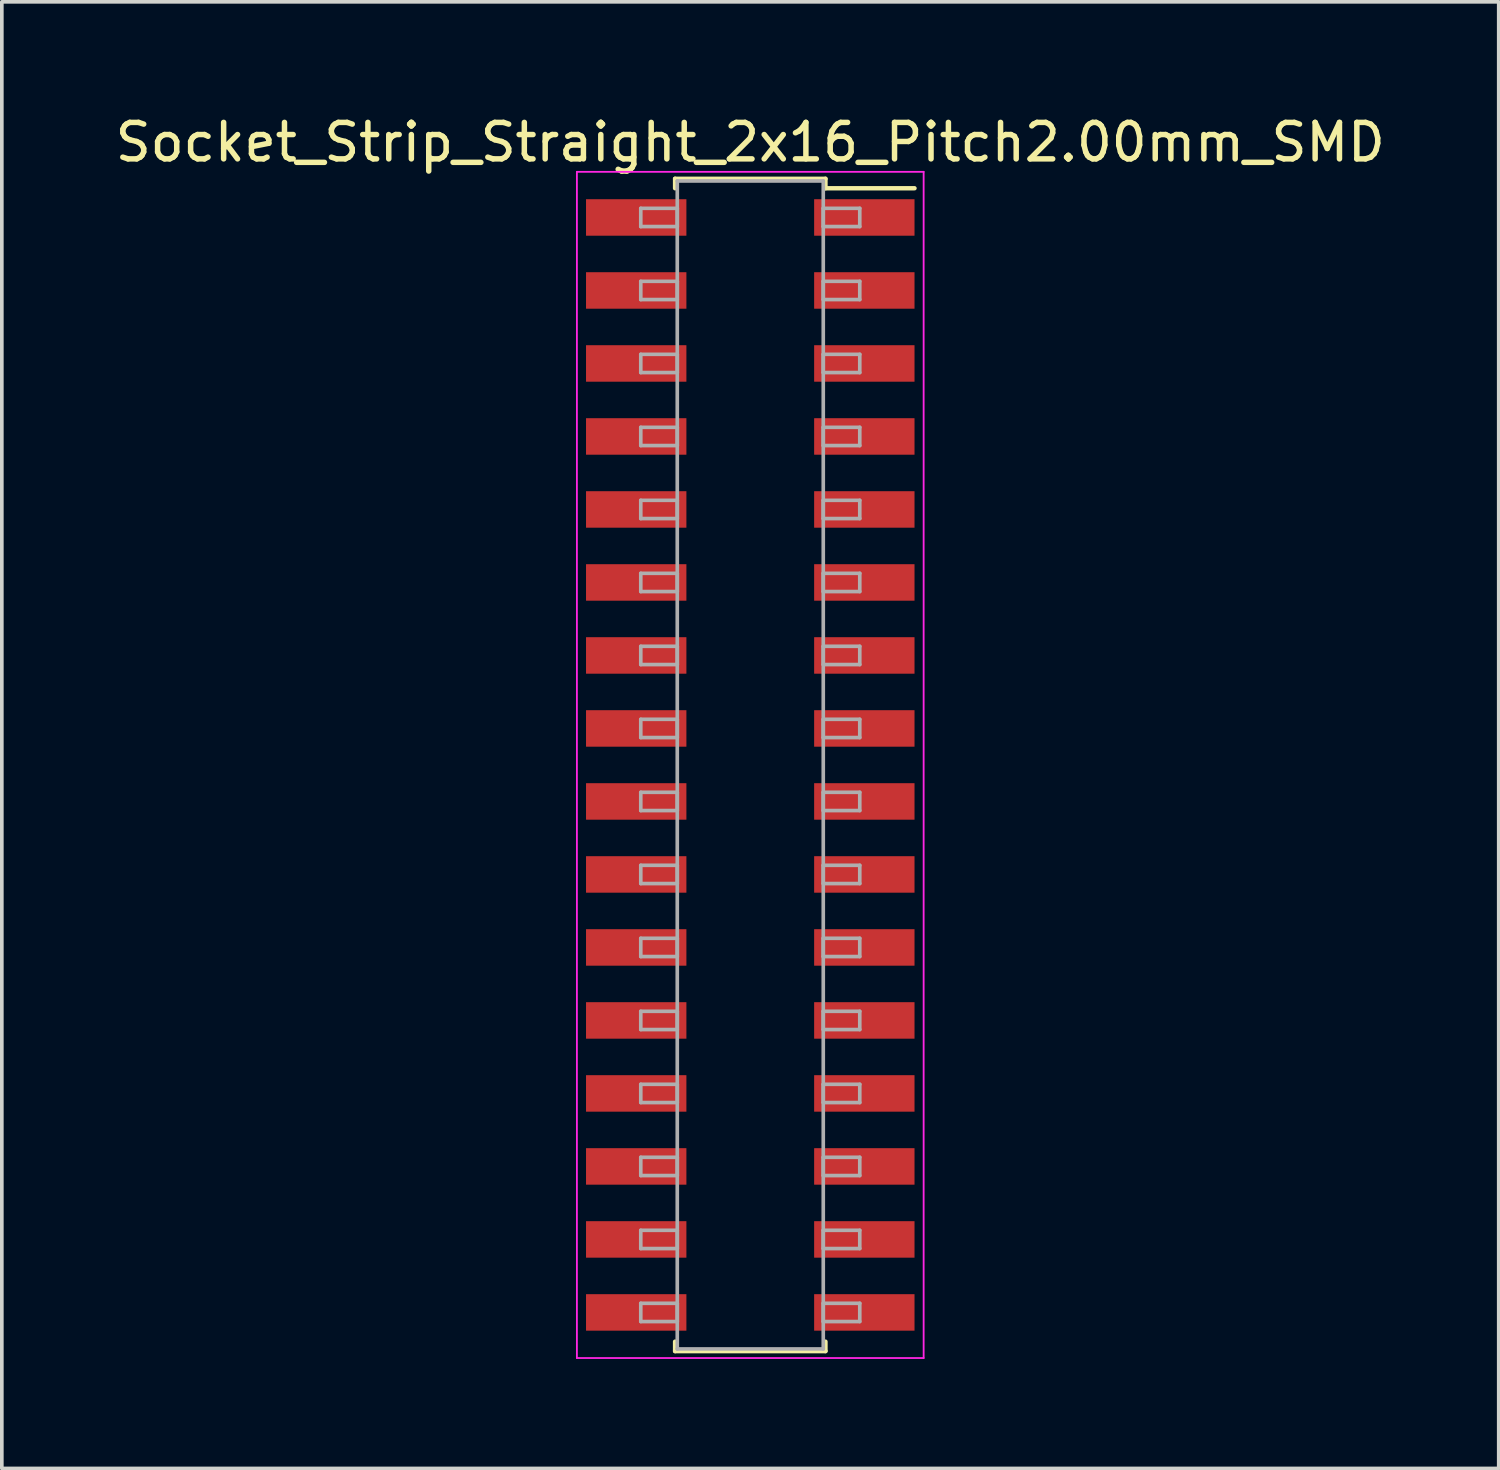
<source format=kicad_pcb>
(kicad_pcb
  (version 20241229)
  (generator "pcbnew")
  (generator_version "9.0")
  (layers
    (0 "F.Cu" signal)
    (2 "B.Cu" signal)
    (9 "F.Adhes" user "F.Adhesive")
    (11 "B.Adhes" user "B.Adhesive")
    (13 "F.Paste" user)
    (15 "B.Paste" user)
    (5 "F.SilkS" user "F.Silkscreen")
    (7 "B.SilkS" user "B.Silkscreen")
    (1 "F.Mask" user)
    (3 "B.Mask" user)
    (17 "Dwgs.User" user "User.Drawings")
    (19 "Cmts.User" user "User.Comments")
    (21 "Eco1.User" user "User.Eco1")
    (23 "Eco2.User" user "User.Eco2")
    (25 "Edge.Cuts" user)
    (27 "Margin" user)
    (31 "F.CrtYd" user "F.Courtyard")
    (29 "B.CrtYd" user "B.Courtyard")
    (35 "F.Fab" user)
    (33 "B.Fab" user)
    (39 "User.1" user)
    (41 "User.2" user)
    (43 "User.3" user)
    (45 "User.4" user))
  (footprint "Socket_Strip_Straight_2x16_Pitch2.00mm_SMD"
    (layer "F.Cu")
    (at 17.506 17.908)
    (property "Reference" "Socket_Strip_Straight_2x16_Pitch2.00mm_SMD" (at 0 -17.06 0) (layer "F.SilkS") (effects (font (size 1 1) (thickness 0.15))))
    (attr smd)
    (fp_line (start -2.06 -16.06) (end 2.06 -16.06) (stroke (width 0.12) (type solid)) (layer "F.SilkS"))
    (fp_line (start -2.06 -15.8) (end -2.06 -16.06) (stroke (width 0.12) (type solid)) (layer "F.SilkS"))
    (fp_line (start -2.06 15.8) (end -2.06 16.06) (stroke (width 0.12) (type solid)) (layer "F.SilkS"))
    (fp_line (start -2.06 16.06) (end 2.06 16.06) (stroke (width 0.12) (type solid)) (layer "F.SilkS"))
    (fp_line (start 2.06 -16.06) (end 2.06 -15.8) (stroke (width 0.12) (type solid)) (layer "F.SilkS"))
    (fp_line (start 2.06 16.06) (end 2.06 15.8) (stroke (width 0.12) (type solid)) (layer "F.SilkS"))
    (fp_line (start 4.5 -15.8) (end 2.06 -15.8) (stroke (width 0.12) (type solid)) (layer "F.SilkS"))
    (fp_line (start -4.75 -16.25) (end -4.75 16.25) (stroke (width 0.05) (type solid)) (layer "F.CrtYd"))
    (fp_line (start -4.75 16.25) (end 4.75 16.25) (stroke (width 0.05) (type solid)) (layer "F.CrtYd"))
    (fp_line (start 4.75 -16.25) (end -4.75 -16.25) (stroke (width 0.05) (type solid)) (layer "F.CrtYd"))
    (fp_line (start 4.75 16.25) (end 4.75 -16.25) (stroke (width 0.05) (type solid)) (layer "F.CrtYd"))
    (fp_line (start -3 -15.25) (end -2 -15.25) (stroke (width 0.1) (type solid)) (layer "F.Fab"))
    (fp_line (start -3 -14.75) (end -3 -15.25) (stroke (width 0.1) (type solid)) (layer "F.Fab"))
    (fp_line (start -3 -13.25) (end -2 -13.25) (stroke (width 0.1) (type solid)) (layer "F.Fab"))
    (fp_line (start -3 -12.75) (end -3 -13.25) (stroke (width 0.1) (type solid)) (layer "F.Fab"))
    (fp_line (start -3 -11.25) (end -2 -11.25) (stroke (width 0.1) (type solid)) (layer "F.Fab"))
    (fp_line (start -3 -10.75) (end -3 -11.25) (stroke (width 0.1) (type solid)) (layer "F.Fab"))
    (fp_line (start -3 -9.25) (end -2 -9.25) (stroke (width 0.1) (type solid)) (layer "F.Fab"))
    (fp_line (start -3 -8.75) (end -3 -9.25) (stroke (width 0.1) (type solid)) (layer "F.Fab"))
    (fp_line (start -3 -7.25) (end -2 -7.25) (stroke (width 0.1) (type solid)) (layer "F.Fab"))
    (fp_line (start -3 -6.75) (end -3 -7.25) (stroke (width 0.1) (type solid)) (layer "F.Fab"))
    (fp_line (start -3 -5.25) (end -2 -5.25) (stroke (width 0.1) (type solid)) (layer "F.Fab"))
    (fp_line (start -3 -4.75) (end -3 -5.25) (stroke (width 0.1) (type solid)) (layer "F.Fab"))
    (fp_line (start -3 -3.25) (end -2 -3.25) (stroke (width 0.1) (type solid)) (layer "F.Fab"))
    (fp_line (start -3 -2.75) (end -3 -3.25) (stroke (width 0.1) (type solid)) (layer "F.Fab"))
    (fp_line (start -3 -1.25) (end -2 -1.25) (stroke (width 0.1) (type solid)) (layer "F.Fab"))
    (fp_line (start -3 -0.75) (end -3 -1.25) (stroke (width 0.1) (type solid)) (layer "F.Fab"))
    (fp_line (start -3 0.75) (end -2 0.75) (stroke (width 0.1) (type solid)) (layer "F.Fab"))
    (fp_line (start -3 1.25) (end -3 0.75) (stroke (width 0.1) (type solid)) (layer "F.Fab"))
    (fp_line (start -3 2.75) (end -2 2.75) (stroke (width 0.1) (type solid)) (layer "F.Fab"))
    (fp_line (start -3 3.25) (end -3 2.75) (stroke (width 0.1) (type solid)) (layer "F.Fab"))
    (fp_line (start -3 4.75) (end -2 4.75) (stroke (width 0.1) (type solid)) (layer "F.Fab"))
    (fp_line (start -3 5.25) (end -3 4.75) (stroke (width 0.1) (type solid)) (layer "F.Fab"))
    (fp_line (start -3 6.75) (end -2 6.75) (stroke (width 0.1) (type solid)) (layer "F.Fab"))
    (fp_line (start -3 7.25) (end -3 6.75) (stroke (width 0.1) (type solid)) (layer "F.Fab"))
    (fp_line (start -3 8.75) (end -2 8.75) (stroke (width 0.1) (type solid)) (layer "F.Fab"))
    (fp_line (start -3 9.25) (end -3 8.75) (stroke (width 0.1) (type solid)) (layer "F.Fab"))
    (fp_line (start -3 10.75) (end -2 10.75) (stroke (width 0.1) (type solid)) (layer "F.Fab"))
    (fp_line (start -3 11.25) (end -3 10.75) (stroke (width 0.1) (type solid)) (layer "F.Fab"))
    (fp_line (start -3 12.75) (end -2 12.75) (stroke (width 0.1) (type solid)) (layer "F.Fab"))
    (fp_line (start -3 13.25) (end -3 12.75) (stroke (width 0.1) (type solid)) (layer "F.Fab"))
    (fp_line (start -3 14.75) (end -2 14.75) (stroke (width 0.1) (type solid)) (layer "F.Fab"))
    (fp_line (start -3 15.25) (end -3 14.75) (stroke (width 0.1) (type solid)) (layer "F.Fab"))
    (fp_line (start -2 -16) (end -2 16) (stroke (width 0.1) (type solid)) (layer "F.Fab"))
    (fp_line (start -2 -15.25) (end -2 -14.75) (stroke (width 0.1) (type solid)) (layer "F.Fab"))
    (fp_line (start -2 -14.75) (end -3 -14.75) (stroke (width 0.1) (type solid)) (layer "F.Fab"))
    (fp_line (start -2 -13.25) (end -2 -12.75) (stroke (width 0.1) (type solid)) (layer "F.Fab"))
    (fp_line (start -2 -12.75) (end -3 -12.75) (stroke (width 0.1) (type solid)) (layer "F.Fab"))
    (fp_line (start -2 -11.25) (end -2 -10.75) (stroke (width 0.1) (type solid)) (layer "F.Fab"))
    (fp_line (start -2 -10.75) (end -3 -10.75) (stroke (width 0.1) (type solid)) (layer "F.Fab"))
    (fp_line (start -2 -9.25) (end -2 -8.75) (stroke (width 0.1) (type solid)) (layer "F.Fab"))
    (fp_line (start -2 -8.75) (end -3 -8.75) (stroke (width 0.1) (type solid)) (layer "F.Fab"))
    (fp_line (start -2 -7.25) (end -2 -6.75) (stroke (width 0.1) (type solid)) (layer "F.Fab"))
    (fp_line (start -2 -6.75) (end -3 -6.75) (stroke (width 0.1) (type solid)) (layer "F.Fab"))
    (fp_line (start -2 -5.25) (end -2 -4.75) (stroke (width 0.1) (type solid)) (layer "F.Fab"))
    (fp_line (start -2 -4.75) (end -3 -4.75) (stroke (width 0.1) (type solid)) (layer "F.Fab"))
    (fp_line (start -2 -3.25) (end -2 -2.75) (stroke (width 0.1) (type solid)) (layer "F.Fab"))
    (fp_line (start -2 -2.75) (end -3 -2.75) (stroke (width 0.1) (type solid)) (layer "F.Fab"))
    (fp_line (start -2 -1.25) (end -2 -0.75) (stroke (width 0.1) (type solid)) (layer "F.Fab"))
    (fp_line (start -2 -0.75) (end -3 -0.75) (stroke (width 0.1) (type solid)) (layer "F.Fab"))
    (fp_line (start -2 0.75) (end -2 1.25) (stroke (width 0.1) (type solid)) (layer "F.Fab"))
    (fp_line (start -2 1.25) (end -3 1.25) (stroke (width 0.1) (type solid)) (layer "F.Fab"))
    (fp_line (start -2 2.75) (end -2 3.25) (stroke (width 0.1) (type solid)) (layer "F.Fab"))
    (fp_line (start -2 3.25) (end -3 3.25) (stroke (width 0.1) (type solid)) (layer "F.Fab"))
    (fp_line (start -2 4.75) (end -2 5.25) (stroke (width 0.1) (type solid)) (layer "F.Fab"))
    (fp_line (start -2 5.25) (end -3 5.25) (stroke (width 0.1) (type solid)) (layer "F.Fab"))
    (fp_line (start -2 6.75) (end -2 7.25) (stroke (width 0.1) (type solid)) (layer "F.Fab"))
    (fp_line (start -2 7.25) (end -3 7.25) (stroke (width 0.1) (type solid)) (layer "F.Fab"))
    (fp_line (start -2 8.75) (end -2 9.25) (stroke (width 0.1) (type solid)) (layer "F.Fab"))
    (fp_line (start -2 9.25) (end -3 9.25) (stroke (width 0.1) (type solid)) (layer "F.Fab"))
    (fp_line (start -2 10.75) (end -2 11.25) (stroke (width 0.1) (type solid)) (layer "F.Fab"))
    (fp_line (start -2 11.25) (end -3 11.25) (stroke (width 0.1) (type solid)) (layer "F.Fab"))
    (fp_line (start -2 12.75) (end -2 13.25) (stroke (width 0.1) (type solid)) (layer "F.Fab"))
    (fp_line (start -2 13.25) (end -3 13.25) (stroke (width 0.1) (type solid)) (layer "F.Fab"))
    (fp_line (start -2 14.75) (end -2 15.25) (stroke (width 0.1) (type solid)) (layer "F.Fab"))
    (fp_line (start -2 15.25) (end -3 15.25) (stroke (width 0.1) (type solid)) (layer "F.Fab"))
    (fp_line (start -2 16) (end 2 16) (stroke (width 0.1) (type solid)) (layer "F.Fab"))
    (fp_line (start 2 -16) (end -2 -16) (stroke (width 0.1) (type solid)) (layer "F.Fab"))
    (fp_line (start 2 -15.25) (end 2 -14.75) (stroke (width 0.1) (type solid)) (layer "F.Fab"))
    (fp_line (start 2 -14.75) (end 3 -14.75) (stroke (width 0.1) (type solid)) (layer "F.Fab"))
    (fp_line (start 2 -13.25) (end 2 -12.75) (stroke (width 0.1) (type solid)) (layer "F.Fab"))
    (fp_line (start 2 -12.75) (end 3 -12.75) (stroke (width 0.1) (type solid)) (layer "F.Fab"))
    (fp_line (start 2 -11.25) (end 2 -10.75) (stroke (width 0.1) (type solid)) (layer "F.Fab"))
    (fp_line (start 2 -10.75) (end 3 -10.75) (stroke (width 0.1) (type solid)) (layer "F.Fab"))
    (fp_line (start 2 -9.25) (end 2 -8.75) (stroke (width 0.1) (type solid)) (layer "F.Fab"))
    (fp_line (start 2 -8.75) (end 3 -8.75) (stroke (width 0.1) (type solid)) (layer "F.Fab"))
    (fp_line (start 2 -7.25) (end 2 -6.75) (stroke (width 0.1) (type solid)) (layer "F.Fab"))
    (fp_line (start 2 -6.75) (end 3 -6.75) (stroke (width 0.1) (type solid)) (layer "F.Fab"))
    (fp_line (start 2 -5.25) (end 2 -4.75) (stroke (width 0.1) (type solid)) (layer "F.Fab"))
    (fp_line (start 2 -4.75) (end 3 -4.75) (stroke (width 0.1) (type solid)) (layer "F.Fab"))
    (fp_line (start 2 -3.25) (end 2 -2.75) (stroke (width 0.1) (type solid)) (layer "F.Fab"))
    (fp_line (start 2 -2.75) (end 3 -2.75) (stroke (width 0.1) (type solid)) (layer "F.Fab"))
    (fp_line (start 2 -1.25) (end 2 -0.75) (stroke (width 0.1) (type solid)) (layer "F.Fab"))
    (fp_line (start 2 -0.75) (end 3 -0.75) (stroke (width 0.1) (type solid)) (layer "F.Fab"))
    (fp_line (start 2 0.75) (end 2 1.25) (stroke (width 0.1) (type solid)) (layer "F.Fab"))
    (fp_line (start 2 1.25) (end 3 1.25) (stroke (width 0.1) (type solid)) (layer "F.Fab"))
    (fp_line (start 2 2.75) (end 2 3.25) (stroke (width 0.1) (type solid)) (layer "F.Fab"))
    (fp_line (start 2 3.25) (end 3 3.25) (stroke (width 0.1) (type solid)) (layer "F.Fab"))
    (fp_line (start 2 4.75) (end 2 5.25) (stroke (width 0.1) (type solid)) (layer "F.Fab"))
    (fp_line (start 2 5.25) (end 3 5.25) (stroke (width 0.1) (type solid)) (layer "F.Fab"))
    (fp_line (start 2 6.75) (end 2 7.25) (stroke (width 0.1) (type solid)) (layer "F.Fab"))
    (fp_line (start 2 7.25) (end 3 7.25) (stroke (width 0.1) (type solid)) (layer "F.Fab"))
    (fp_line (start 2 8.75) (end 2 9.25) (stroke (width 0.1) (type solid)) (layer "F.Fab"))
    (fp_line (start 2 9.25) (end 3 9.25) (stroke (width 0.1) (type solid)) (layer "F.Fab"))
    (fp_line (start 2 10.75) (end 2 11.25) (stroke (width 0.1) (type solid)) (layer "F.Fab"))
    (fp_line (start 2 11.25) (end 3 11.25) (stroke (width 0.1) (type solid)) (layer "F.Fab"))
    (fp_line (start 2 12.75) (end 2 13.25) (stroke (width 0.1) (type solid)) (layer "F.Fab"))
    (fp_line (start 2 13.25) (end 3 13.25) (stroke (width 0.1) (type solid)) (layer "F.Fab"))
    (fp_line (start 2 14.75) (end 2 15.25) (stroke (width 0.1) (type solid)) (layer "F.Fab"))
    (fp_line (start 2 15.25) (end 3 15.25) (stroke (width 0.1) (type solid)) (layer "F.Fab"))
    (fp_line (start 2 16) (end 2 -16) (stroke (width 0.1) (type solid)) (layer "F.Fab"))
    (fp_line (start 3 -15.25) (end 2 -15.25) (stroke (width 0.1) (type solid)) (layer "F.Fab"))
    (fp_line (start 3 -14.75) (end 3 -15.25) (stroke (width 0.1) (type solid)) (layer "F.Fab"))
    (fp_line (start 3 -13.25) (end 2 -13.25) (stroke (width 0.1) (type solid)) (layer "F.Fab"))
    (fp_line (start 3 -12.75) (end 3 -13.25) (stroke (width 0.1) (type solid)) (layer "F.Fab"))
    (fp_line (start 3 -11.25) (end 2 -11.25) (stroke (width 0.1) (type solid)) (layer "F.Fab"))
    (fp_line (start 3 -10.75) (end 3 -11.25) (stroke (width 0.1) (type solid)) (layer "F.Fab"))
    (fp_line (start 3 -9.25) (end 2 -9.25) (stroke (width 0.1) (type solid)) (layer "F.Fab"))
    (fp_line (start 3 -8.75) (end 3 -9.25) (stroke (width 0.1) (type solid)) (layer "F.Fab"))
    (fp_line (start 3 -7.25) (end 2 -7.25) (stroke (width 0.1) (type solid)) (layer "F.Fab"))
    (fp_line (start 3 -6.75) (end 3 -7.25) (stroke (width 0.1) (type solid)) (layer "F.Fab"))
    (fp_line (start 3 -5.25) (end 2 -5.25) (stroke (width 0.1) (type solid)) (layer "F.Fab"))
    (fp_line (start 3 -4.75) (end 3 -5.25) (stroke (width 0.1) (type solid)) (layer "F.Fab"))
    (fp_line (start 3 -3.25) (end 2 -3.25) (stroke (width 0.1) (type solid)) (layer "F.Fab"))
    (fp_line (start 3 -2.75) (end 3 -3.25) (stroke (width 0.1) (type solid)) (layer "F.Fab"))
    (fp_line (start 3 -1.25) (end 2 -1.25) (stroke (width 0.1) (type solid)) (layer "F.Fab"))
    (fp_line (start 3 -0.75) (end 3 -1.25) (stroke (width 0.1) (type solid)) (layer "F.Fab"))
    (fp_line (start 3 0.75) (end 2 0.75) (stroke (width 0.1) (type solid)) (layer "F.Fab"))
    (fp_line (start 3 1.25) (end 3 0.75) (stroke (width 0.1) (type solid)) (layer "F.Fab"))
    (fp_line (start 3 2.75) (end 2 2.75) (stroke (width 0.1) (type solid)) (layer "F.Fab"))
    (fp_line (start 3 3.25) (end 3 2.75) (stroke (width 0.1) (type solid)) (layer "F.Fab"))
    (fp_line (start 3 4.75) (end 2 4.75) (stroke (width 0.1) (type solid)) (layer "F.Fab"))
    (fp_line (start 3 5.25) (end 3 4.75) (stroke (width 0.1) (type solid)) (layer "F.Fab"))
    (fp_line (start 3 6.75) (end 2 6.75) (stroke (width 0.1) (type solid)) (layer "F.Fab"))
    (fp_line (start 3 7.25) (end 3 6.75) (stroke (width 0.1) (type solid)) (layer "F.Fab"))
    (fp_line (start 3 8.75) (end 2 8.75) (stroke (width 0.1) (type solid)) (layer "F.Fab"))
    (fp_line (start 3 9.25) (end 3 8.75) (stroke (width 0.1) (type solid)) (layer "F.Fab"))
    (fp_line (start 3 10.75) (end 2 10.75) (stroke (width 0.1) (type solid)) (layer "F.Fab"))
    (fp_line (start 3 11.25) (end 3 10.75) (stroke (width 0.1) (type solid)) (layer "F.Fab"))
    (fp_line (start 3 12.75) (end 2 12.75) (stroke (width 0.1) (type solid)) (layer "F.Fab"))
    (fp_line (start 3 13.25) (end 3 12.75) (stroke (width 0.1) (type solid)) (layer "F.Fab"))
    (fp_line (start 3 14.75) (end 2 14.75) (stroke (width 0.1) (type solid)) (layer "F.Fab"))
    (fp_line (start 3 15.25) (end 3 14.75) (stroke (width 0.1) (type solid)) (layer "F.Fab"))
    (pad "1" smd rect (at 3.125 -15) (size 2.75 1) (layers "F.Cu" "F.Mask"))
    (pad "2" smd rect (at -3.125 -15) (size 2.75 1) (layers "F.Cu" "F.Mask"))
    (pad "3" smd rect (at 3.125 -13) (size 2.75 1) (layers "F.Cu" "F.Mask"))
    (pad "4" smd rect (at -3.125 -13) (size 2.75 1) (layers "F.Cu" "F.Mask"))
    (pad "5" smd rect (at 3.125 -11) (size 2.75 1) (layers "F.Cu" "F.Mask"))
    (pad "6" smd rect (at -3.125 -11) (size 2.75 1) (layers "F.Cu" "F.Mask"))
    (pad "7" smd rect (at 3.125 -9) (size 2.75 1) (layers "F.Cu" "F.Mask"))
    (pad "8" smd rect (at -3.125 -9) (size 2.75 1) (layers "F.Cu" "F.Mask"))
    (pad "9" smd rect (at 3.125 -7) (size 2.75 1) (layers "F.Cu" "F.Mask"))
    (pad "10" smd rect (at -3.125 -7) (size 2.75 1) (layers "F.Cu" "F.Mask"))
    (pad "11" smd rect (at 3.125 -5) (size 2.75 1) (layers "F.Cu" "F.Mask"))
    (pad "12" smd rect (at -3.125 -5) (size 2.75 1) (layers "F.Cu" "F.Mask"))
    (pad "13" smd rect (at 3.125 -3) (size 2.75 1) (layers "F.Cu" "F.Mask"))
    (pad "14" smd rect (at -3.125 -3) (size 2.75 1) (layers "F.Cu" "F.Mask"))
    (pad "15" smd rect (at 3.125 -1) (size 2.75 1) (layers "F.Cu" "F.Mask"))
    (pad "16" smd rect (at -3.125 -1) (size 2.75 1) (layers "F.Cu" "F.Mask"))
    (pad "17" smd rect (at 3.125 1) (size 2.75 1) (layers "F.Cu" "F.Mask"))
    (pad "18" smd rect (at -3.125 1) (size 2.75 1) (layers "F.Cu" "F.Mask"))
    (pad "19" smd rect (at 3.125 3) (size 2.75 1) (layers "F.Cu" "F.Mask"))
    (pad "20" smd rect (at -3.125 3) (size 2.75 1) (layers "F.Cu" "F.Mask"))
    (pad "21" smd rect (at 3.125 5) (size 2.75 1) (layers "F.Cu" "F.Mask"))
    (pad "22" smd rect (at -3.125 5) (size 2.75 1) (layers "F.Cu" "F.Mask"))
    (pad "23" smd rect (at 3.125 7) (size 2.75 1) (layers "F.Cu" "F.Mask"))
    (pad "24" smd rect (at -3.125 7) (size 2.75 1) (layers "F.Cu" "F.Mask"))
    (pad "25" smd rect (at 3.125 9) (size 2.75 1) (layers "F.Cu" "F.Mask"))
    (pad "26" smd rect (at -3.125 9) (size 2.75 1) (layers "F.Cu" "F.Mask"))
    (pad "27" smd rect (at 3.125 11) (size 2.75 1) (layers "F.Cu" "F.Mask"))
    (pad "28" smd rect (at -3.125 11) (size 2.75 1) (layers "F.Cu" "F.Mask"))
    (pad "29" smd rect (at 3.125 13) (size 2.75 1) (layers "F.Cu" "F.Mask"))
    (pad "30" smd rect (at -3.125 13) (size 2.75 1) (layers "F.Cu" "F.Mask"))
    (pad "31" smd rect (at 3.125 15) (size 2.75 1) (layers "F.Cu" "F.Mask"))
    (pad "32" smd rect (at -3.125 15) (size 2.75 1) (layers "F.Cu" "F.Mask")))
  (gr_rect
    (start -3 -3)
    (end 38.012 37.183)
    (stroke (width 0.1) (type default))
    (fill no)
    (layer "Edge.Cuts")))
</source>
